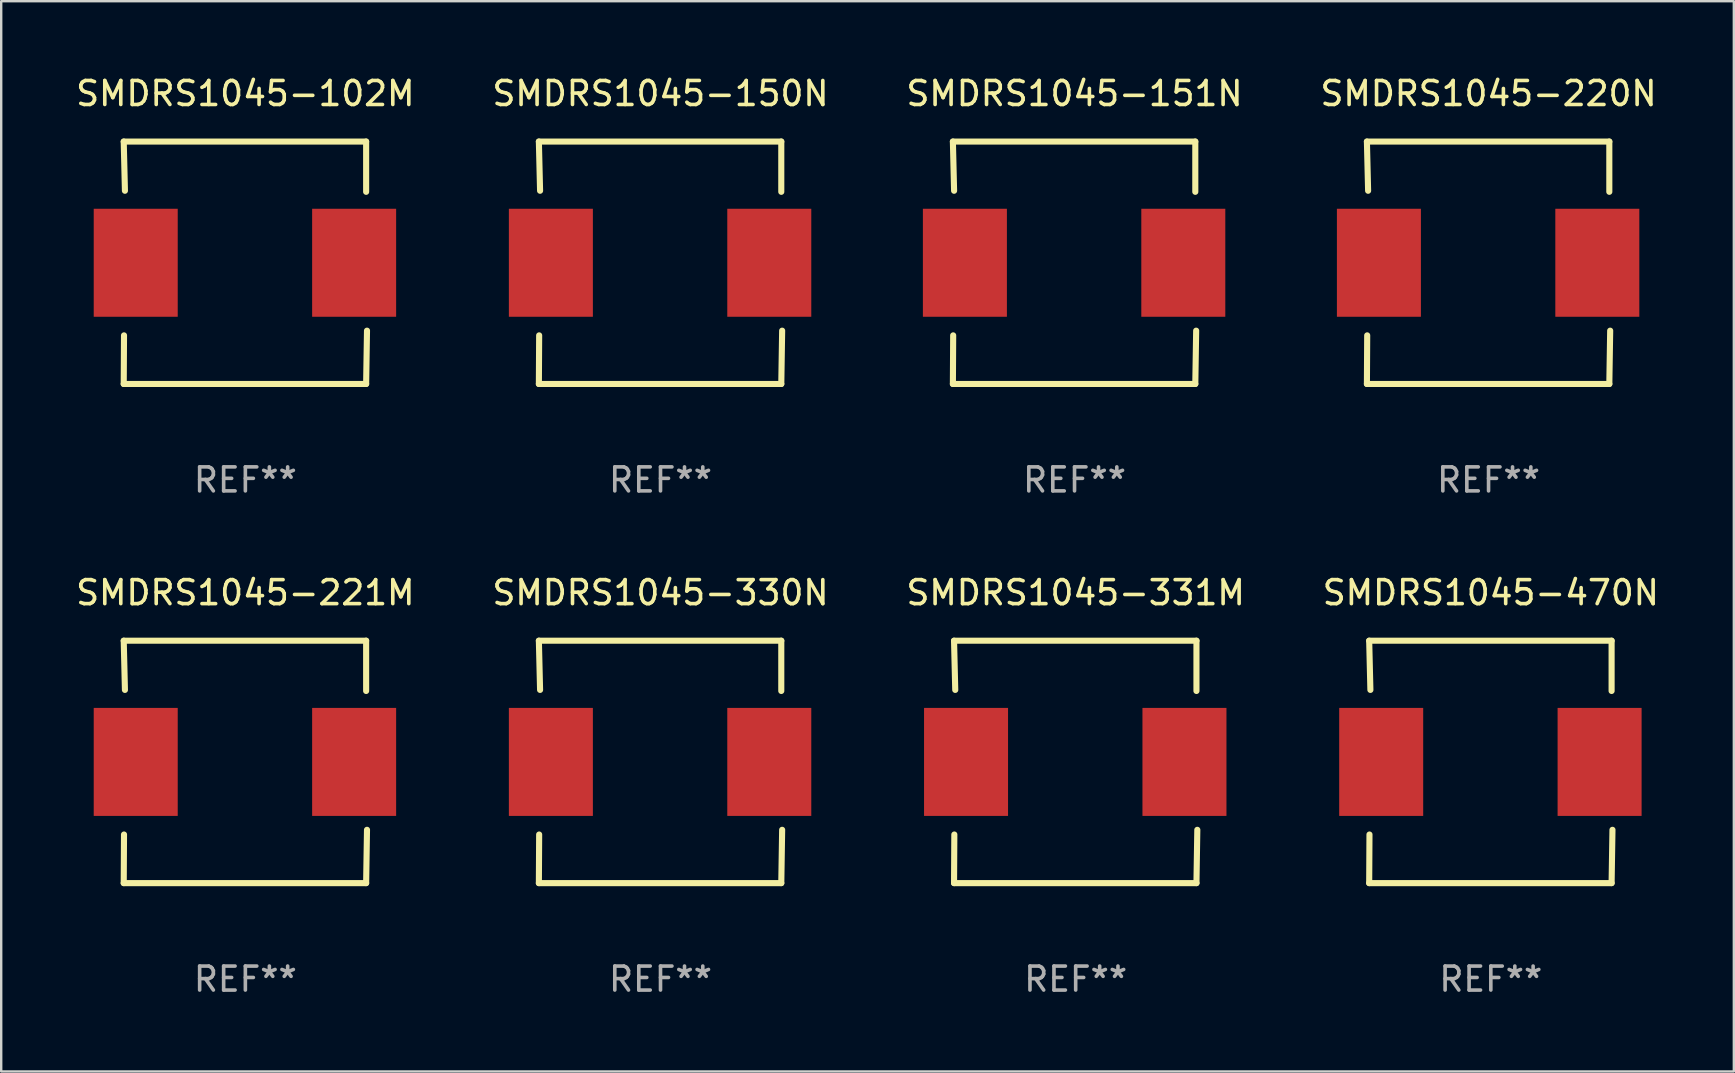
<source format=kicad_pcb>
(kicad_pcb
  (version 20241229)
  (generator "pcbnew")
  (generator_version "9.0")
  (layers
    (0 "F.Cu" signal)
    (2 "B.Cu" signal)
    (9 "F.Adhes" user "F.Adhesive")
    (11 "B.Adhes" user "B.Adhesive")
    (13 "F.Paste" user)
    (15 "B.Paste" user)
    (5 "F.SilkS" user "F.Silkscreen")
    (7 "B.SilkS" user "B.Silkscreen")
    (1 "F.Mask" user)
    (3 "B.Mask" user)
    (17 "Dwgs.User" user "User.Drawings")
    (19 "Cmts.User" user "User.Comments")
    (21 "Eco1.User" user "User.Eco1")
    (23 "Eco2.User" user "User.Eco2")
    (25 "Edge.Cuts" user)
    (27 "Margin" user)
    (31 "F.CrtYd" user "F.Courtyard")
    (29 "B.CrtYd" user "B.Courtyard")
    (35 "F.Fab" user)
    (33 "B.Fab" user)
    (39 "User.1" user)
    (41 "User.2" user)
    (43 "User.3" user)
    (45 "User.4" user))
  (footprint "SMDRS1045-220N"
    (layer "F.Cu")
    (at 58.97 7.898)
    (property "Reference" "SMDRS1045-220N" (at 0 -7.05 0) (layer "F.SilkS") (effects (font (size 1 1) (thickness 0.15))))
    (attr through_hole)
    (fp_line (start -5.068 -5.05) (end 5.032 -5.05) (stroke (width 0.254) (type solid)) (layer "F.SilkS"))
    (fp_line (start -5.068 5.05) (end -5.056 3.025) (stroke (width 0.254) (type solid)) (layer "F.SilkS"))
    (fp_line (start -5.018 -3) (end -5.068 -5.05) (stroke (width 0.254) (type solid)) (layer "F.SilkS"))
    (fp_line (start 5.032 -5.05) (end 5.032 -2.956) (stroke (width 0.254) (type solid)) (layer "F.SilkS"))
    (fp_line (start 5.032 5.05) (end -5.068 5.05) (stroke (width 0.254) (type solid)) (layer "F.SilkS"))
    (fp_line (start 5.068 2.829) (end 5.032 5.05) (stroke (width 0.254) (type solid)) (layer "F.SilkS"))
    (fp_circle (center -5.068 5.05) (end -5.038 5.05) (stroke (width 0.06) (type solid)) (fill no) (layer "F.SilkS"))
    (fp_text user "REF**" (at 0 9.05 0) (layer "F.Fab") (effects (font (size 1 1) (thickness 0.15))))
    (pad "1" smd rect (at -4.568 0 90) (size 4.5 3.5) (layers "F.Cu" "F.Mask" "F.Paste"))
    (pad "2" smd rect (at 4.532 0 90) (size 4.5 3.5) (layers "F.Cu" "F.Mask" "F.Paste")))
  (footprint "SMDRS1045-221M"
    (layer "F.Cu")
    (at 7.173 28.695)
    (property "Reference" "SMDRS1045-221M" (at 0 -7.05 0) (layer "F.SilkS") (effects (font (size 1 1) (thickness 0.15))))
    (attr through_hole)
    (fp_line (start -5.068 -5.05) (end 5.032 -5.05) (stroke (width 0.254) (type solid)) (layer "F.SilkS"))
    (fp_line (start -5.068 5.05) (end -5.056 3.025) (stroke (width 0.254) (type solid)) (layer "F.SilkS"))
    (fp_line (start -5.018 -3) (end -5.068 -5.05) (stroke (width 0.254) (type solid)) (layer "F.SilkS"))
    (fp_line (start 5.032 -5.05) (end 5.032 -2.956) (stroke (width 0.254) (type solid)) (layer "F.SilkS"))
    (fp_line (start 5.032 5.05) (end -5.068 5.05) (stroke (width 0.254) (type solid)) (layer "F.SilkS"))
    (fp_line (start 5.068 2.829) (end 5.032 5.05) (stroke (width 0.254) (type solid)) (layer "F.SilkS"))
    (fp_circle (center -5.068 5.05) (end -5.038 5.05) (stroke (width 0.06) (type solid)) (fill no) (layer "F.SilkS"))
    (fp_text user "REF**" (at 0 9.05 0) (layer "F.Fab") (effects (font (size 1 1) (thickness 0.15))))
    (pad "1" smd rect (at -4.568 0 90) (size 4.5 3.5) (layers "F.Cu" "F.Mask" "F.Paste"))
    (pad "2" smd rect (at 4.532 0 90) (size 4.5 3.5) (layers "F.Cu" "F.Mask" "F.Paste")))
  (footprint "SMDRS1045-331M"
    (layer "F.Cu")
    (at 41.768 28.695)
    (property "Reference" "SMDRS1045-331M" (at 0 -7.05 0) (layer "F.SilkS") (effects (font (size 1 1) (thickness 0.15))))
    (attr through_hole)
    (fp_line (start -5.068 -5.05) (end 5.032 -5.05) (stroke (width 0.254) (type solid)) (layer "F.SilkS"))
    (fp_line (start -5.068 5.05) (end -5.056 3.025) (stroke (width 0.254) (type solid)) (layer "F.SilkS"))
    (fp_line (start -5.018 -3) (end -5.068 -5.05) (stroke (width 0.254) (type solid)) (layer "F.SilkS"))
    (fp_line (start 5.032 -5.05) (end 5.032 -2.956) (stroke (width 0.254) (type solid)) (layer "F.SilkS"))
    (fp_line (start 5.032 5.05) (end -5.068 5.05) (stroke (width 0.254) (type solid)) (layer "F.SilkS"))
    (fp_line (start 5.068 2.829) (end 5.032 5.05) (stroke (width 0.254) (type solid)) (layer "F.SilkS"))
    (fp_circle (center -5.068 5.05) (end -5.038 5.05) (stroke (width 0.06) (type solid)) (fill no) (layer "F.SilkS"))
    (fp_text user "REF**" (at 0 9.05 0) (layer "F.Fab") (effects (font (size 1 1) (thickness 0.15))))
    (pad "1" smd rect (at -4.568 0 90) (size 4.5 3.5) (layers "F.Cu" "F.Mask" "F.Paste"))
    (pad "2" smd rect (at 4.532 0 90) (size 4.5 3.5) (layers "F.Cu" "F.Mask" "F.Paste")))
  (footprint "SMDRS1045-150N"
    (layer "F.Cu")
    (at 24.47 7.898)
    (property "Reference" "SMDRS1045-150N" (at 0 -7.05 0) (layer "F.SilkS") (effects (font (size 1 1) (thickness 0.15))))
    (attr through_hole)
    (fp_line (start -5.068 -5.05) (end 5.032 -5.05) (stroke (width 0.254) (type solid)) (layer "F.SilkS"))
    (fp_line (start -5.068 5.05) (end -5.056 3.025) (stroke (width 0.254) (type solid)) (layer "F.SilkS"))
    (fp_line (start -5.018 -3) (end -5.068 -5.05) (stroke (width 0.254) (type solid)) (layer "F.SilkS"))
    (fp_line (start 5.032 -5.05) (end 5.032 -2.956) (stroke (width 0.254) (type solid)) (layer "F.SilkS"))
    (fp_line (start 5.032 5.05) (end -5.068 5.05) (stroke (width 0.254) (type solid)) (layer "F.SilkS"))
    (fp_line (start 5.068 2.829) (end 5.032 5.05) (stroke (width 0.254) (type solid)) (layer "F.SilkS"))
    (fp_circle (center -5.068 5.05) (end -5.038 5.05) (stroke (width 0.06) (type solid)) (fill no) (layer "F.SilkS"))
    (fp_text user "REF**" (at 0 9.05 0) (layer "F.Fab") (effects (font (size 1 1) (thickness 0.15))))
    (pad "1" smd rect (at -4.568 0 90) (size 4.5 3.5) (layers "F.Cu" "F.Mask" "F.Paste"))
    (pad "2" smd rect (at 4.532 0 90) (size 4.5 3.5) (layers "F.Cu" "F.Mask" "F.Paste")))
  (footprint "SMDRS1045-151N"
    (layer "F.Cu")
    (at 41.72 7.898)
    (property "Reference" "SMDRS1045-151N" (at 0 -7.05 0) (layer "F.SilkS") (effects (font (size 1 1) (thickness 0.15))))
    (attr through_hole)
    (fp_line (start -5.068 -5.05) (end 5.032 -5.05) (stroke (width 0.254) (type solid)) (layer "F.SilkS"))
    (fp_line (start -5.068 5.05) (end -5.056 3.025) (stroke (width 0.254) (type solid)) (layer "F.SilkS"))
    (fp_line (start -5.018 -3) (end -5.068 -5.05) (stroke (width 0.254) (type solid)) (layer "F.SilkS"))
    (fp_line (start 5.032 -5.05) (end 5.032 -2.956) (stroke (width 0.254) (type solid)) (layer "F.SilkS"))
    (fp_line (start 5.032 5.05) (end -5.068 5.05) (stroke (width 0.254) (type solid)) (layer "F.SilkS"))
    (fp_line (start 5.068 2.829) (end 5.032 5.05) (stroke (width 0.254) (type solid)) (layer "F.SilkS"))
    (fp_circle (center -5.068 5.05) (end -5.038 5.05) (stroke (width 0.06) (type solid)) (fill no) (layer "F.SilkS"))
    (fp_text user "REF**" (at 0 9.05 0) (layer "F.Fab") (effects (font (size 1 1) (thickness 0.15))))
    (pad "1" smd rect (at -4.568 0 90) (size 4.5 3.5) (layers "F.Cu" "F.Mask" "F.Paste"))
    (pad "2" smd rect (at 4.532 0 90) (size 4.5 3.5) (layers "F.Cu" "F.Mask" "F.Paste")))
  (footprint "SMDRS1045-102M"
    (layer "F.Cu")
    (at 7.173 7.898)
    (property "Reference" "SMDRS1045-102M" (at 0 -7.05 0) (layer "F.SilkS") (effects (font (size 1 1) (thickness 0.15))))
    (attr through_hole)
    (fp_line (start -5.068 -5.05) (end 5.032 -5.05) (stroke (width 0.254) (type solid)) (layer "F.SilkS"))
    (fp_line (start -5.068 5.05) (end -5.056 3.025) (stroke (width 0.254) (type solid)) (layer "F.SilkS"))
    (fp_line (start -5.018 -3) (end -5.068 -5.05) (stroke (width 0.254) (type solid)) (layer "F.SilkS"))
    (fp_line (start 5.032 -5.05) (end 5.032 -2.956) (stroke (width 0.254) (type solid)) (layer "F.SilkS"))
    (fp_line (start 5.032 5.05) (end -5.068 5.05) (stroke (width 0.254) (type solid)) (layer "F.SilkS"))
    (fp_line (start 5.068 2.829) (end 5.032 5.05) (stroke (width 0.254) (type solid)) (layer "F.SilkS"))
    (fp_circle (center -5.068 5.05) (end -5.038 5.05) (stroke (width 0.06) (type solid)) (fill no) (layer "F.SilkS"))
    (fp_text user "REF**" (at 0 9.05 0) (layer "F.Fab") (effects (font (size 1 1) (thickness 0.15))))
    (pad "1" smd rect (at -4.568 0 90) (size 4.5 3.5) (layers "F.Cu" "F.Mask" "F.Paste"))
    (pad "2" smd rect (at 4.532 0 90) (size 4.5 3.5) (layers "F.Cu" "F.Mask" "F.Paste")))
  (footprint "SMDRS1045-470N"
    (layer "F.Cu")
    (at 59.065 28.695)
    (property "Reference" "SMDRS1045-470N" (at 0 -7.05 0) (layer "F.SilkS") (effects (font (size 1 1) (thickness 0.15))))
    (attr through_hole)
    (fp_line (start -5.068 -5.05) (end 5.032 -5.05) (stroke (width 0.254) (type solid)) (layer "F.SilkS"))
    (fp_line (start -5.068 5.05) (end -5.056 3.025) (stroke (width 0.254) (type solid)) (layer "F.SilkS"))
    (fp_line (start -5.018 -3) (end -5.068 -5.05) (stroke (width 0.254) (type solid)) (layer "F.SilkS"))
    (fp_line (start 5.032 -5.05) (end 5.032 -2.956) (stroke (width 0.254) (type solid)) (layer "F.SilkS"))
    (fp_line (start 5.032 5.05) (end -5.068 5.05) (stroke (width 0.254) (type solid)) (layer "F.SilkS"))
    (fp_line (start 5.068 2.829) (end 5.032 5.05) (stroke (width 0.254) (type solid)) (layer "F.SilkS"))
    (fp_circle (center -5.068 5.05) (end -5.038 5.05) (stroke (width 0.06) (type solid)) (fill no) (layer "F.SilkS"))
    (fp_text user "REF**" (at 0 9.05 0) (layer "F.Fab") (effects (font (size 1 1) (thickness 0.15))))
    (pad "1" smd rect (at -4.568 0 90) (size 4.5 3.5) (layers "F.Cu" "F.Mask" "F.Paste"))
    (pad "2" smd rect (at 4.532 0 90) (size 4.5 3.5) (layers "F.Cu" "F.Mask" "F.Paste")))
  (footprint "SMDRS1045-330N"
    (layer "F.Cu")
    (at 24.47 28.695)
    (property "Reference" "SMDRS1045-330N" (at 0 -7.05 0) (layer "F.SilkS") (effects (font (size 1 1) (thickness 0.15))))
    (attr through_hole)
    (fp_line (start -5.068 -5.05) (end 5.032 -5.05) (stroke (width 0.254) (type solid)) (layer "F.SilkS"))
    (fp_line (start -5.068 5.05) (end -5.056 3.025) (stroke (width 0.254) (type solid)) (layer "F.SilkS"))
    (fp_line (start -5.018 -3) (end -5.068 -5.05) (stroke (width 0.254) (type solid)) (layer "F.SilkS"))
    (fp_line (start 5.032 -5.05) (end 5.032 -2.956) (stroke (width 0.254) (type solid)) (layer "F.SilkS"))
    (fp_line (start 5.032 5.05) (end -5.068 5.05) (stroke (width 0.254) (type solid)) (layer "F.SilkS"))
    (fp_line (start 5.068 2.829) (end 5.032 5.05) (stroke (width 0.254) (type solid)) (layer "F.SilkS"))
    (fp_circle (center -5.068 5.05) (end -5.038 5.05) (stroke (width 0.06) (type solid)) (fill no) (layer "F.SilkS"))
    (fp_text user "REF**" (at 0 9.05 0) (layer "F.Fab") (effects (font (size 1 1) (thickness 0.15))))
    (pad "1" smd rect (at -4.568 0 90) (size 4.5 3.5) (layers "F.Cu" "F.Mask" "F.Paste"))
    (pad "2" smd rect (at 4.532 0 90) (size 4.5 3.5) (layers "F.Cu" "F.Mask" "F.Paste")))
  (gr_rect
    (start -3 -3)
    (end 69.19 41.593)
    (stroke (width 0.1) (type default))
    (fill no)
    (layer "Edge.Cuts")))
</source>
